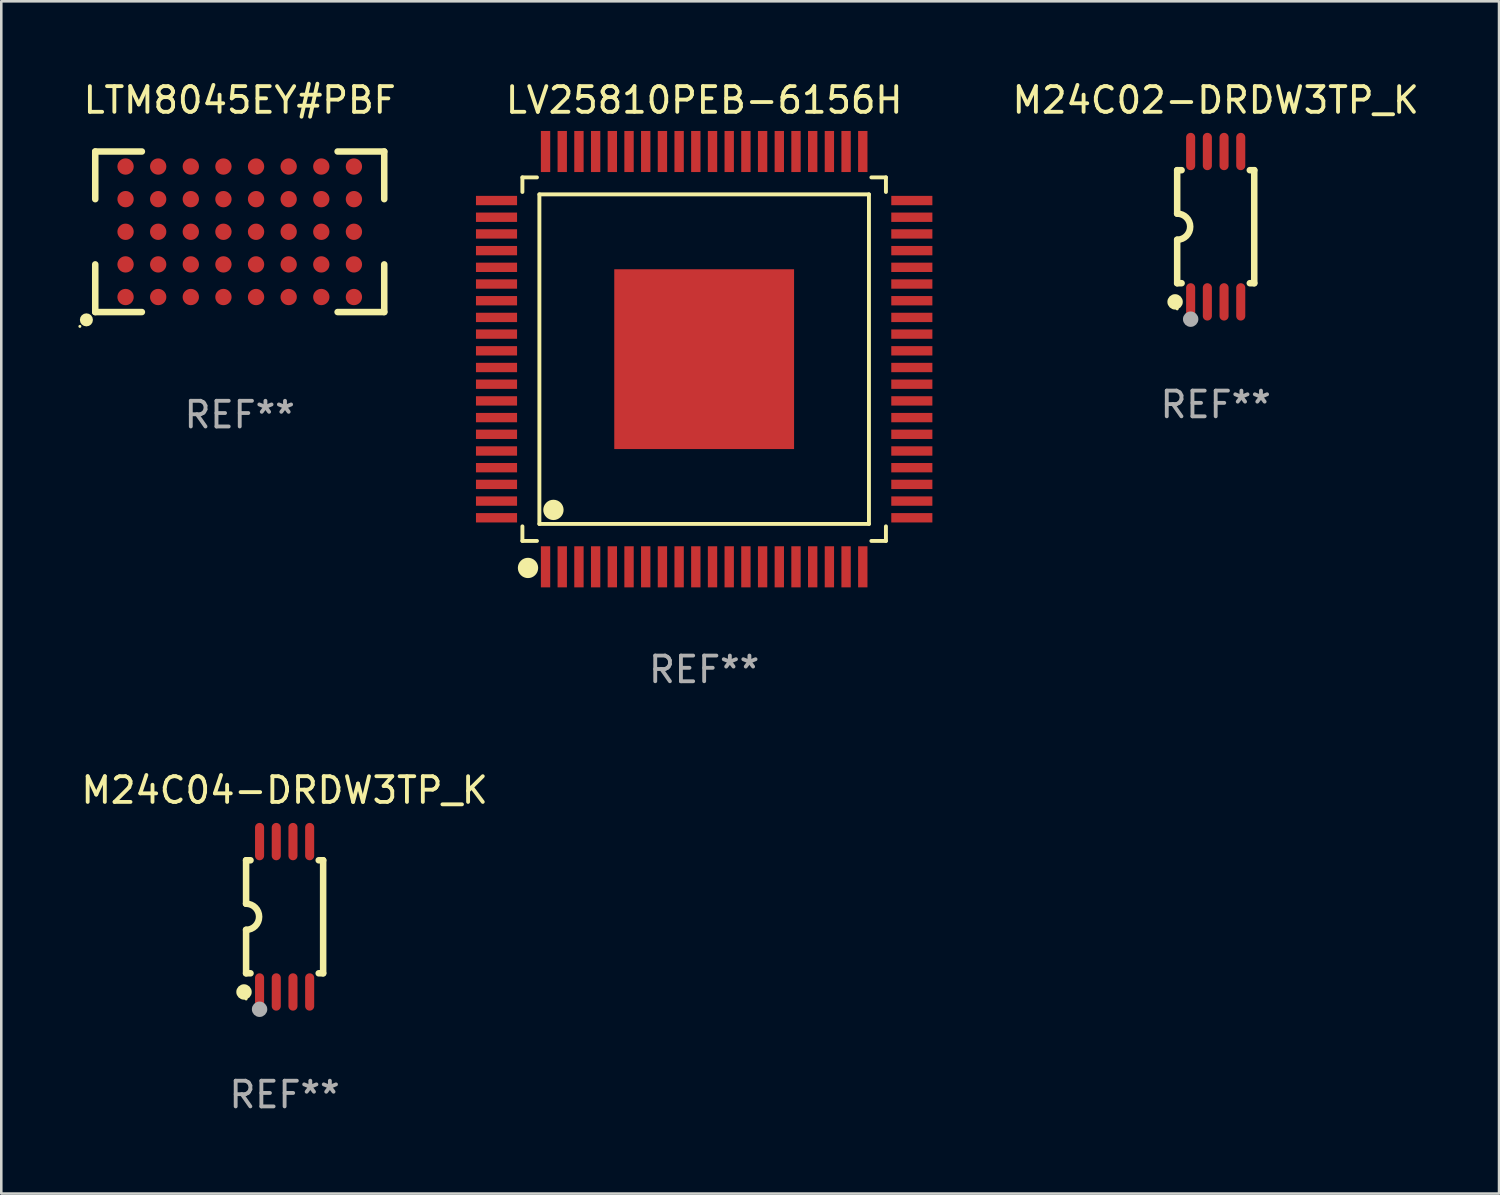
<source format=kicad_pcb>
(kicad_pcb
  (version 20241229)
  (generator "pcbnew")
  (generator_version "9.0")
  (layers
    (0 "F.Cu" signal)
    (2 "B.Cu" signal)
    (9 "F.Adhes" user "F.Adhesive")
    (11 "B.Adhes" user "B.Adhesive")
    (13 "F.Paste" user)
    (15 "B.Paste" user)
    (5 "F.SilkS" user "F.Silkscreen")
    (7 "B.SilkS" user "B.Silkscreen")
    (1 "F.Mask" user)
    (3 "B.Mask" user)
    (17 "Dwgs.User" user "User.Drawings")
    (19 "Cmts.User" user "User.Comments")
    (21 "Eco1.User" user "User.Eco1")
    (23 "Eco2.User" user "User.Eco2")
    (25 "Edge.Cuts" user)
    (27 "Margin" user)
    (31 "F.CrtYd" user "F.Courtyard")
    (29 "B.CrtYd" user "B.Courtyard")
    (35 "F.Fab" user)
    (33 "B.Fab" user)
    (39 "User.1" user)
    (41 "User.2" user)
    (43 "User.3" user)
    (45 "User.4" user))
  (footprint "LV25810PEB-6156H"
    (layer "F.Cu")
    (at 24.363 10.932)
    (property "Reference" "LV25810PEB-6156H" (at 0 -10.084 0) (layer "F.SilkS") (effects (font (size 1 1) (thickness 0.15))))
    (attr through_hole)
    (fp_line (start -7.076 -7.076) (end -7.076 -6.509) (stroke (width 0.152) (type solid)) (layer "F.SilkS"))
    (fp_line (start -7.076 7.076) (end -7.076 6.509) (stroke (width 0.152) (type solid)) (layer "F.SilkS"))
    (fp_line (start -6.509 -7.076) (end -7.076 -7.076) (stroke (width 0.152) (type solid)) (layer "F.SilkS"))
    (fp_line (start -6.509 7.076) (end -7.076 7.076) (stroke (width 0.152) (type solid)) (layer "F.SilkS"))
    (fp_line (start -6.415 -6.415) (end 6.415 -6.415) (stroke (width 0.152) (type solid)) (layer "F.SilkS"))
    (fp_line (start -6.415 6.415) (end -6.415 -6.415) (stroke (width 0.152) (type solid)) (layer "F.SilkS"))
    (fp_line (start 6.415 -6.415) (end 6.415 6.415) (stroke (width 0.152) (type solid)) (layer "F.SilkS"))
    (fp_line (start 6.415 6.415) (end -6.415 6.415) (stroke (width 0.152) (type solid)) (layer "F.SilkS"))
    (fp_line (start 6.509 -7.076) (end 7.076 -7.076) (stroke (width 0.152) (type solid)) (layer "F.SilkS"))
    (fp_line (start 6.509 7.076) (end 7.076 7.076) (stroke (width 0.152) (type solid)) (layer "F.SilkS"))
    (fp_line (start 7.076 -7.076) (end 7.076 -6.509) (stroke (width 0.152) (type solid)) (layer "F.SilkS"))
    (fp_line (start 7.076 7.076) (end 7.076 6.509) (stroke (width 0.152) (type solid)) (layer "F.SilkS"))
    (fp_circle (center -6.858 8.128) (end -6.66 8.128) (stroke (width 0.395) (type solid)) (fill no) (layer "F.SilkS"))
    (fp_circle (center -5.868 5.868) (end -5.67 5.868) (stroke (width 0.395) (type solid)) (fill no) (layer "F.SilkS"))
    (fp_text user "REF**" (at 0 12.084 0) (layer "F.Fab") (effects (font (size 1 1) (thickness 0.15))))
    (pad "1" smd rect (at -6.175 8.084) (size 0.364 1.6) (layers "F.Cu" "F.Mask" "F.Paste"))
    (pad "2" smd rect (at -5.525 8.084) (size 0.364 1.6) (layers "F.Cu" "F.Mask" "F.Paste"))
    (pad "3" smd rect (at -4.875 8.084) (size 0.364 1.6) (layers "F.Cu" "F.Mask" "F.Paste"))
    (pad "4" smd rect (at -4.225 8.084) (size 0.364 1.6) (layers "F.Cu" "F.Mask" "F.Paste"))
    (pad "5" smd rect (at -3.575 8.084) (size 0.364 1.6) (layers "F.Cu" "F.Mask" "F.Paste"))
    (pad "6" smd rect (at -2.925 8.084) (size 0.364 1.6) (layers "F.Cu" "F.Mask" "F.Paste"))
    (pad "7" smd rect (at -2.275 8.084) (size 0.364 1.6) (layers "F.Cu" "F.Mask" "F.Paste"))
    (pad "8" smd rect (at -1.625 8.084) (size 0.364 1.6) (layers "F.Cu" "F.Mask" "F.Paste"))
    (pad "9" smd rect (at -0.975 8.084) (size 0.364 1.6) (layers "F.Cu" "F.Mask" "F.Paste"))
    (pad "10" smd rect (at -0.325 8.084) (size 0.364 1.6) (layers "F.Cu" "F.Mask" "F.Paste"))
    (pad "11" smd rect (at 0.325 8.084) (size 0.364 1.6) (layers "F.Cu" "F.Mask" "F.Paste"))
    (pad "12" smd rect (at 0.975 8.084) (size 0.364 1.6) (layers "F.Cu" "F.Mask" "F.Paste"))
    (pad "13" smd rect (at 1.625 8.084) (size 0.364 1.6) (layers "F.Cu" "F.Mask" "F.Paste"))
    (pad "14" smd rect (at 2.275 8.084) (size 0.364 1.6) (layers "F.Cu" "F.Mask" "F.Paste"))
    (pad "15" smd rect (at 2.925 8.084) (size 0.364 1.6) (layers "F.Cu" "F.Mask" "F.Paste"))
    (pad "16" smd rect (at 3.575 8.084) (size 0.364 1.6) (layers "F.Cu" "F.Mask" "F.Paste"))
    (pad "17" smd rect (at 4.225 8.084) (size 0.364 1.6) (layers "F.Cu" "F.Mask" "F.Paste"))
    (pad "18" smd rect (at 4.875 8.084) (size 0.364 1.6) (layers "F.Cu" "F.Mask" "F.Paste"))
    (pad "19" smd rect (at 5.525 8.084) (size 0.364 1.6) (layers "F.Cu" "F.Mask" "F.Paste"))
    (pad "20" smd rect (at 6.175 8.084) (size 0.364 1.6) (layers "F.Cu" "F.Mask" "F.Paste"))
    (pad "21" smd rect (at 8.084 6.175) (size 1.6 0.364) (layers "F.Cu" "F.Mask" "F.Paste"))
    (pad "22" smd rect (at 8.084 5.525) (size 1.6 0.364) (layers "F.Cu" "F.Mask" "F.Paste"))
    (pad "23" smd rect (at 8.084 4.875) (size 1.6 0.364) (layers "F.Cu" "F.Mask" "F.Paste"))
    (pad "24" smd rect (at 8.084 4.225) (size 1.6 0.364) (layers "F.Cu" "F.Mask" "F.Paste"))
    (pad "25" smd rect (at 8.084 3.575) (size 1.6 0.364) (layers "F.Cu" "F.Mask" "F.Paste"))
    (pad "26" smd rect (at 8.084 2.925) (size 1.6 0.364) (layers "F.Cu" "F.Mask" "F.Paste"))
    (pad "27" smd rect (at 8.084 2.275) (size 1.6 0.364) (layers "F.Cu" "F.Mask" "F.Paste"))
    (pad "28" smd rect (at 8.084 1.625) (size 1.6 0.364) (layers "F.Cu" "F.Mask" "F.Paste"))
    (pad "29" smd rect (at 8.084 0.975) (size 1.6 0.364) (layers "F.Cu" "F.Mask" "F.Paste"))
    (pad "30" smd rect (at 8.084 0.325) (size 1.6 0.364) (layers "F.Cu" "F.Mask" "F.Paste"))
    (pad "31" smd rect (at 8.084 -0.325) (size 1.6 0.364) (layers "F.Cu" "F.Mask" "F.Paste"))
    (pad "32" smd rect (at 8.084 -0.975) (size 1.6 0.364) (layers "F.Cu" "F.Mask" "F.Paste"))
    (pad "33" smd rect (at 8.084 -1.625) (size 1.6 0.364) (layers "F.Cu" "F.Mask" "F.Paste"))
    (pad "34" smd rect (at 8.084 -2.275) (size 1.6 0.364) (layers "F.Cu" "F.Mask" "F.Paste"))
    (pad "35" smd rect (at 8.084 -2.925) (size 1.6 0.364) (layers "F.Cu" "F.Mask" "F.Paste"))
    (pad "36" smd rect (at 8.084 -3.575) (size 1.6 0.364) (layers "F.Cu" "F.Mask" "F.Paste"))
    (pad "37" smd rect (at 8.084 -4.225) (size 1.6 0.364) (layers "F.Cu" "F.Mask" "F.Paste"))
    (pad "38" smd rect (at 8.084 -4.875) (size 1.6 0.364) (layers "F.Cu" "F.Mask" "F.Paste"))
    (pad "39" smd rect (at 8.084 -5.525) (size 1.6 0.364) (layers "F.Cu" "F.Mask" "F.Paste"))
    (pad "40" smd rect (at 8.084 -6.175) (size 1.6 0.364) (layers "F.Cu" "F.Mask" "F.Paste"))
    (pad "41" smd rect (at 6.175 -8.084) (size 0.364 1.6) (layers "F.Cu" "F.Mask" "F.Paste"))
    (pad "42" smd rect (at 5.525 -8.084) (size 0.364 1.6) (layers "F.Cu" "F.Mask" "F.Paste"))
    (pad "43" smd rect (at 4.875 -8.084) (size 0.364 1.6) (layers "F.Cu" "F.Mask" "F.Paste"))
    (pad "44" smd rect (at 4.225 -8.084) (size 0.364 1.6) (layers "F.Cu" "F.Mask" "F.Paste"))
    (pad "45" smd rect (at 3.575 -8.084) (size 0.364 1.6) (layers "F.Cu" "F.Mask" "F.Paste"))
    (pad "46" smd rect (at 2.925 -8.084) (size 0.364 1.6) (layers "F.Cu" "F.Mask" "F.Paste"))
    (pad "47" smd rect (at 2.275 -8.084) (size 0.364 1.6) (layers "F.Cu" "F.Mask" "F.Paste"))
    (pad "48" smd rect (at 1.625 -8.084) (size 0.364 1.6) (layers "F.Cu" "F.Mask" "F.Paste"))
    (pad "49" smd rect (at 0.975 -8.084) (size 0.364 1.6) (layers "F.Cu" "F.Mask" "F.Paste"))
    (pad "50" smd rect (at 0.325 -8.084) (size 0.364 1.6) (layers "F.Cu" "F.Mask" "F.Paste"))
    (pad "51" smd rect (at -0.325 -8.084) (size 0.364 1.6) (layers "F.Cu" "F.Mask" "F.Paste"))
    (pad "52" smd rect (at -0.975 -8.084) (size 0.364 1.6) (layers "F.Cu" "F.Mask" "F.Paste"))
    (pad "53" smd rect (at -1.625 -8.084) (size 0.364 1.6) (layers "F.Cu" "F.Mask" "F.Paste"))
    (pad "54" smd rect (at -2.275 -8.084) (size 0.364 1.6) (layers "F.Cu" "F.Mask" "F.Paste"))
    (pad "55" smd rect (at -2.925 -8.084) (size 0.364 1.6) (layers "F.Cu" "F.Mask" "F.Paste"))
    (pad "56" smd rect (at -3.575 -8.084) (size 0.364 1.6) (layers "F.Cu" "F.Mask" "F.Paste"))
    (pad "57" smd rect (at -4.225 -8.084) (size 0.364 1.6) (layers "F.Cu" "F.Mask" "F.Paste"))
    (pad "58" smd rect (at -4.875 -8.084) (size 0.364 1.6) (layers "F.Cu" "F.Mask" "F.Paste"))
    (pad "59" smd rect (at -5.525 -8.084) (size 0.364 1.6) (layers "F.Cu" "F.Mask" "F.Paste"))
    (pad "60" smd rect (at -6.175 -8.084) (size 0.364 1.6) (layers "F.Cu" "F.Mask" "F.Paste"))
    (pad "61" smd rect (at -8.084 -6.175) (size 1.6 0.364) (layers "F.Cu" "F.Mask" "F.Paste"))
    (pad "62" smd rect (at -8.084 -5.525) (size 1.6 0.364) (layers "F.Cu" "F.Mask" "F.Paste"))
    (pad "63" smd rect (at -8.084 -4.875) (size 1.6 0.364) (layers "F.Cu" "F.Mask" "F.Paste"))
    (pad "64" smd rect (at -8.084 -4.225) (size 1.6 0.364) (layers "F.Cu" "F.Mask" "F.Paste"))
    (pad "65" smd rect (at -8.084 -3.575) (size 1.6 0.364) (layers "F.Cu" "F.Mask" "F.Paste"))
    (pad "66" smd rect (at -8.084 -2.925) (size 1.6 0.364) (layers "F.Cu" "F.Mask" "F.Paste"))
    (pad "67" smd rect (at -8.084 -2.275) (size 1.6 0.364) (layers "F.Cu" "F.Mask" "F.Paste"))
    (pad "68" smd rect (at -8.084 -1.625) (size 1.6 0.364) (layers "F.Cu" "F.Mask" "F.Paste"))
    (pad "69" smd rect (at -8.084 -0.975) (size 1.6 0.364) (layers "F.Cu" "F.Mask" "F.Paste"))
    (pad "70" smd rect (at -8.084 -0.325) (size 1.6 0.364) (layers "F.Cu" "F.Mask" "F.Paste"))
    (pad "71" smd rect (at -8.084 0.325) (size 1.6 0.364) (layers "F.Cu" "F.Mask" "F.Paste"))
    (pad "72" smd rect (at -8.084 0.975) (size 1.6 0.364) (layers "F.Cu" "F.Mask" "F.Paste"))
    (pad "73" smd rect (at -8.084 1.625) (size 1.6 0.364) (layers "F.Cu" "F.Mask" "F.Paste"))
    (pad "74" smd rect (at -8.084 2.275) (size 1.6 0.364) (layers "F.Cu" "F.Mask" "F.Paste"))
    (pad "75" smd rect (at -8.084 2.925) (size 1.6 0.364) (layers "F.Cu" "F.Mask" "F.Paste"))
    (pad "76" smd rect (at -8.084 3.575) (size 1.6 0.364) (layers "F.Cu" "F.Mask" "F.Paste"))
    (pad "77" smd rect (at -8.084 4.225) (size 1.6 0.364) (layers "F.Cu" "F.Mask" "F.Paste"))
    (pad "78" smd rect (at -8.084 4.875) (size 1.6 0.364) (layers "F.Cu" "F.Mask" "F.Paste"))
    (pad "79" smd rect (at -8.084 5.525) (size 1.6 0.364) (layers "F.Cu" "F.Mask" "F.Paste"))
    (pad "80" smd rect (at -8.084 6.175) (size 1.6 0.364) (layers "F.Cu" "F.Mask" "F.Paste"))
    (pad "81" smd rect (at 0 0) (size 7 7) (layers "F.Cu" "F.Mask" "F.Paste")))
  (footprint "LTM8045EY#PBF"
    (layer "F.Cu")
    (at 6.283 5.973)
    (property "Reference" "LTM8045EY#PBF" (at 0 -5.125 0) (layer "F.SilkS") (effects (font (size 1 1) (thickness 0.15))))
    (attr through_hole)
    (fp_line (start -5.625 -3.125) (end -5.625 -1.27) (stroke (width 0.254) (type solid)) (layer "F.SilkS"))
    (fp_line (start -5.625 -3.125) (end -3.81 -3.125) (stroke (width 0.254) (type solid)) (layer "F.SilkS"))
    (fp_line (start -5.625 3.125) (end -5.625 1.27) (stroke (width 0.254) (type solid)) (layer "F.SilkS"))
    (fp_line (start -5.625 3.125) (end -3.81 3.125) (stroke (width 0.254) (type solid)) (layer "F.SilkS"))
    (fp_line (start 5.625 -3.125) (end 3.81 -3.125) (stroke (width 0.254) (type solid)) (layer "F.SilkS"))
    (fp_line (start 5.625 -3.125) (end 5.625 -1.27) (stroke (width 0.254) (type solid)) (layer "F.SilkS"))
    (fp_line (start 5.625 3.125) (end 3.81 3.125) (stroke (width 0.254) (type solid)) (layer "F.SilkS"))
    (fp_line (start 5.625 3.125) (end 5.625 1.27) (stroke (width 0.254) (type solid)) (layer "F.SilkS"))
    (fp_circle (center -6.223 3.683) (end -6.193 3.683) (stroke (width 0.06) (type solid)) (fill no) (layer "F.SilkS"))
    (fp_circle (center -5.969 3.429) (end -5.842 3.429) (stroke (width 0.254) (type solid)) (fill no) (layer "F.SilkS"))
    (fp_text user "REF**" (at 0 7.125 0) (layer "F.Fab") (effects (font (size 1 1) (thickness 0.15))))
    (pad "A1" smd circle (at -4.445 2.54) (size 0.635 0.635) (layers "F.Cu" "F.Mask" "F.Paste"))
    (pad "A2" smd circle (at -4.445 1.27) (size 0.635 0.635) (layers "F.Cu" "F.Mask" "F.Paste"))
    (pad "A3" smd circle (at -4.445 0) (size 0.635 0.635) (layers "F.Cu" "F.Mask" "F.Paste"))
    (pad "A4" smd circle (at -4.445 -1.27) (size 0.635 0.635) (layers "F.Cu" "F.Mask" "F.Paste"))
    (pad "A5" smd circle (at -4.445 -2.54) (size 0.635 0.635) (layers "F.Cu" "F.Mask" "F.Paste"))
    (pad "B1" smd circle (at -3.175 2.54) (size 0.635 0.635) (layers "F.Cu" "F.Mask" "F.Paste"))
    (pad "B2" smd circle (at -3.175 1.27) (size 0.635 0.635) (layers "F.Cu" "F.Mask" "F.Paste"))
    (pad "B3" smd circle (at -3.175 0) (size 0.635 0.635) (layers "F.Cu" "F.Mask" "F.Paste"))
    (pad "B4" smd circle (at -3.175 -1.27) (size 0.635 0.635) (layers "F.Cu" "F.Mask" "F.Paste"))
    (pad "B5" smd circle (at -3.175 -2.54) (size 0.635 0.635) (layers "F.Cu" "F.Mask" "F.Paste"))
    (pad "C1" smd circle (at -1.905 2.54) (size 0.635 0.635) (layers "F.Cu" "F.Mask" "F.Paste"))
    (pad "C2" smd circle (at -1.905 1.27) (size 0.635 0.635) (layers "F.Cu" "F.Mask" "F.Paste"))
    (pad "C3" smd circle (at -1.905 0) (size 0.635 0.635) (layers "F.Cu" "F.Mask" "F.Paste"))
    (pad "C4" smd circle (at -1.905 -1.27) (size 0.635 0.635) (layers "F.Cu" "F.Mask" "F.Paste"))
    (pad "C5" smd circle (at -1.905 -2.54) (size 0.635 0.635) (layers "F.Cu" "F.Mask" "F.Paste"))
    (pad "D1" smd circle (at -0.635 2.54) (size 0.635 0.635) (layers "F.Cu" "F.Mask" "F.Paste"))
    (pad "D2" smd circle (at -0.635 1.27) (size 0.635 0.635) (layers "F.Cu" "F.Mask" "F.Paste"))
    (pad "D3" smd circle (at -0.635 0) (size 0.635 0.635) (layers "F.Cu" "F.Mask" "F.Paste"))
    (pad "D4" smd circle (at -0.635 -1.27) (size 0.635 0.635) (layers "F.Cu" "F.Mask" "F.Paste"))
    (pad "D5" smd circle (at -0.635 -2.54) (size 0.635 0.635) (layers "F.Cu" "F.Mask" "F.Paste"))
    (pad "E1" smd circle (at 0.635 2.54) (size 0.635 0.635) (layers "F.Cu" "F.Mask" "F.Paste"))
    (pad "E2" smd circle (at 0.635 1.27) (size 0.635 0.635) (layers "F.Cu" "F.Mask" "F.Paste"))
    (pad "E3" smd circle (at 0.635 0) (size 0.635 0.635) (layers "F.Cu" "F.Mask" "F.Paste"))
    (pad "E4" smd circle (at 0.635 -1.27) (size 0.635 0.635) (layers "F.Cu" "F.Mask" "F.Paste"))
    (pad "E5" smd circle (at 0.635 -2.54) (size 0.635 0.635) (layers "F.Cu" "F.Mask" "F.Paste"))
    (pad "F1" smd circle (at 1.905 2.54) (size 0.635 0.635) (layers "F.Cu" "F.Mask" "F.Paste"))
    (pad "F2" smd circle (at 1.905 1.27) (size 0.635 0.635) (layers "F.Cu" "F.Mask" "F.Paste"))
    (pad "F3" smd circle (at 1.905 0) (size 0.635 0.635) (layers "F.Cu" "F.Mask" "F.Paste"))
    (pad "F4" smd circle (at 1.905 -1.27) (size 0.635 0.635) (layers "F.Cu" "F.Mask" "F.Paste"))
    (pad "F5" smd circle (at 1.905 -2.54) (size 0.635 0.635) (layers "F.Cu" "F.Mask" "F.Paste"))
    (pad "G1" smd circle (at 3.175 2.54) (size 0.635 0.635) (layers "F.Cu" "F.Mask" "F.Paste"))
    (pad "G2" smd circle (at 3.175 1.27) (size 0.635 0.635) (layers "F.Cu" "F.Mask" "F.Paste"))
    (pad "G3" smd circle (at 3.175 0) (size 0.635 0.635) (layers "F.Cu" "F.Mask" "F.Paste"))
    (pad "G4" smd circle (at 3.175 -1.27) (size 0.635 0.635) (layers "F.Cu" "F.Mask" "F.Paste"))
    (pad "G5" smd circle (at 3.175 -2.54) (size 0.635 0.635) (layers "F.Cu" "F.Mask" "F.Paste"))
    (pad "H1" smd circle (at 4.445 2.54) (size 0.635 0.635) (layers "F.Cu" "F.Mask" "F.Paste"))
    (pad "H2" smd circle (at 4.445 1.27) (size 0.635 0.635) (layers "F.Cu" "F.Mask" "F.Paste"))
    (pad "H3" smd circle (at 4.445 0) (size 0.635 0.635) (layers "F.Cu" "F.Mask" "F.Paste"))
    (pad "H4" smd circle (at 4.445 -1.27) (size 0.635 0.635) (layers "F.Cu" "F.Mask" "F.Paste"))
    (pad "H5" smd circle (at 4.445 -2.54) (size 0.635 0.635) (layers "F.Cu" "F.Mask" "F.Paste")))
  (footprint "M24C04-DRDW3TP_K"
    (layer "F.Cu")
    (at 8.03 32.64)
    (property "Reference" "M24C04-DRDW3TP_K" (at 0 -4.927 0) (layer "F.SilkS") (effects (font (size 1 1) (thickness 0.15))))
    (attr through_hole)
    (fp_line (start -1.5 -2.2) (end -1.5 -0.508) (stroke (width 0.254) (type solid)) (layer "F.SilkS"))
    (fp_line (start -1.5 -2.2) (end -1.328 -2.2) (stroke (width 0.254) (type solid)) (layer "F.SilkS"))
    (fp_line (start -1.5 2.2) (end -1.5 0.508) (stroke (width 0.254) (type solid)) (layer "F.SilkS"))
    (fp_line (start -1.5 2.2) (end -1.328 2.2) (stroke (width 0.254) (type solid)) (layer "F.SilkS"))
    (fp_line (start 1.328 -2.2) (end 1.5 -2.2) (stroke (width 0.254) (type solid)) (layer "F.SilkS"))
    (fp_line (start 1.328 2.2) (end 1.5 2.2) (stroke (width 0.254) (type solid)) (layer "F.SilkS"))
    (fp_line (start 1.5 -2.2) (end 1.5 2.2) (stroke (width 0.254) (type solid)) (layer "F.SilkS"))
    (fp_arc (start -1.501144 -0.508) (mid -0.993143 -0.000571) (end -1.5 0.508001) (stroke (width 0.254001) (type solid)) (layer "F.SilkS"))
    (fp_circle (center -1.581 2.927) (end -1.431 2.927) (stroke (width 0.3) (type solid)) (fill no) (layer "F.SilkS"))
    (fp_circle (center -1.5 3.2) (end -1.47 3.2) (stroke (width 0.06) (type solid)) (fill no) (layer "F.SilkS"))
    (fp_circle (center -0.975 3.6) (end -0.825 3.6) (stroke (width 0.3) (type solid)) (fill no) (layer "F.Fab"))
    (fp_text user "REF**" (at 0 6.927 0) (layer "F.Fab") (effects (font (size 1 1) (thickness 0.15))))
    (pad "1" smd oval (at -0.975 2.927) (size 0.353 1.454) (layers "F.Cu" "F.Mask" "F.Paste"))
    (pad "2" smd oval (at -0.325 2.927) (size 0.353 1.454) (layers "F.Cu" "F.Mask" "F.Paste"))
    (pad "3" smd oval (at 0.325 2.927) (size 0.353 1.454) (layers "F.Cu" "F.Mask" "F.Paste"))
    (pad "4" smd oval (at 0.975 2.927) (size 0.353 1.454) (layers "F.Cu" "F.Mask" "F.Paste"))
    (pad "5" smd oval (at 0.975 -2.927) (size 0.353 1.454) (layers "F.Cu" "F.Mask" "F.Paste"))
    (pad "6" smd oval (at 0.325 -2.927) (size 0.353 1.454) (layers "F.Cu" "F.Mask" "F.Paste"))
    (pad "7" smd oval (at -0.325 -2.927) (size 0.353 1.454) (layers "F.Cu" "F.Mask" "F.Paste"))
    (pad "8" smd oval (at -0.975 -2.927) (size 0.353 1.454) (layers "F.Cu" "F.Mask" "F.Paste")))
  (footprint "M24C02-DRDW3TP_K"
    (layer "F.Cu")
    (at 44.277 5.775)
    (property "Reference" "M24C02-DRDW3TP_K" (at 0 -4.927 0) (layer "F.SilkS") (effects (font (size 1 1) (thickness 0.15))))
    (attr through_hole)
    (fp_line (start -1.5 -2.2) (end -1.5 -0.508) (stroke (width 0.254) (type solid)) (layer "F.SilkS"))
    (fp_line (start -1.5 -2.2) (end -1.328 -2.2) (stroke (width 0.254) (type solid)) (layer "F.SilkS"))
    (fp_line (start -1.5 2.2) (end -1.5 0.508) (stroke (width 0.254) (type solid)) (layer "F.SilkS"))
    (fp_line (start -1.5 2.2) (end -1.328 2.2) (stroke (width 0.254) (type solid)) (layer "F.SilkS"))
    (fp_line (start 1.328 -2.2) (end 1.5 -2.2) (stroke (width 0.254) (type solid)) (layer "F.SilkS"))
    (fp_line (start 1.328 2.2) (end 1.5 2.2) (stroke (width 0.254) (type solid)) (layer "F.SilkS"))
    (fp_line (start 1.5 -2.2) (end 1.5 2.2) (stroke (width 0.254) (type solid)) (layer "F.SilkS"))
    (fp_arc (start -1.501144 -0.508) (mid -0.993143 -0.000571) (end -1.5 0.508001) (stroke (width 0.254001) (type solid)) (layer "F.SilkS"))
    (fp_circle (center -1.581 2.927) (end -1.431 2.927) (stroke (width 0.3) (type solid)) (fill no) (layer "F.SilkS"))
    (fp_circle (center -1.5 3.2) (end -1.47 3.2) (stroke (width 0.06) (type solid)) (fill no) (layer "F.SilkS"))
    (fp_circle (center -0.975 3.6) (end -0.825 3.6) (stroke (width 0.3) (type solid)) (fill no) (layer "F.Fab"))
    (fp_text user "REF**" (at 0 6.927 0) (layer "F.Fab") (effects (font (size 1 1) (thickness 0.15))))
    (pad "1" smd oval (at -0.975 2.927) (size 0.353 1.454) (layers "F.Cu" "F.Mask" "F.Paste"))
    (pad "2" smd oval (at -0.325 2.927) (size 0.353 1.454) (layers "F.Cu" "F.Mask" "F.Paste"))
    (pad "3" smd oval (at 0.325 2.927) (size 0.353 1.454) (layers "F.Cu" "F.Mask" "F.Paste"))
    (pad "4" smd oval (at 0.975 2.927) (size 0.353 1.454) (layers "F.Cu" "F.Mask" "F.Paste"))
    (pad "5" smd oval (at 0.975 -2.927) (size 0.353 1.454) (layers "F.Cu" "F.Mask" "F.Paste"))
    (pad "6" smd oval (at 0.325 -2.927) (size 0.353 1.454) (layers "F.Cu" "F.Mask" "F.Paste"))
    (pad "7" smd oval (at -0.325 -2.927) (size 0.353 1.454) (layers "F.Cu" "F.Mask" "F.Paste"))
    (pad "8" smd oval (at -0.975 -2.927) (size 0.353 1.454) (layers "F.Cu" "F.Mask" "F.Paste")))
  (gr_rect
    (start -3 -3)
    (end 55.307 43.415)
    (stroke (width 0.1) (type default))
    (fill no)
    (layer "Edge.Cuts")))
</source>
